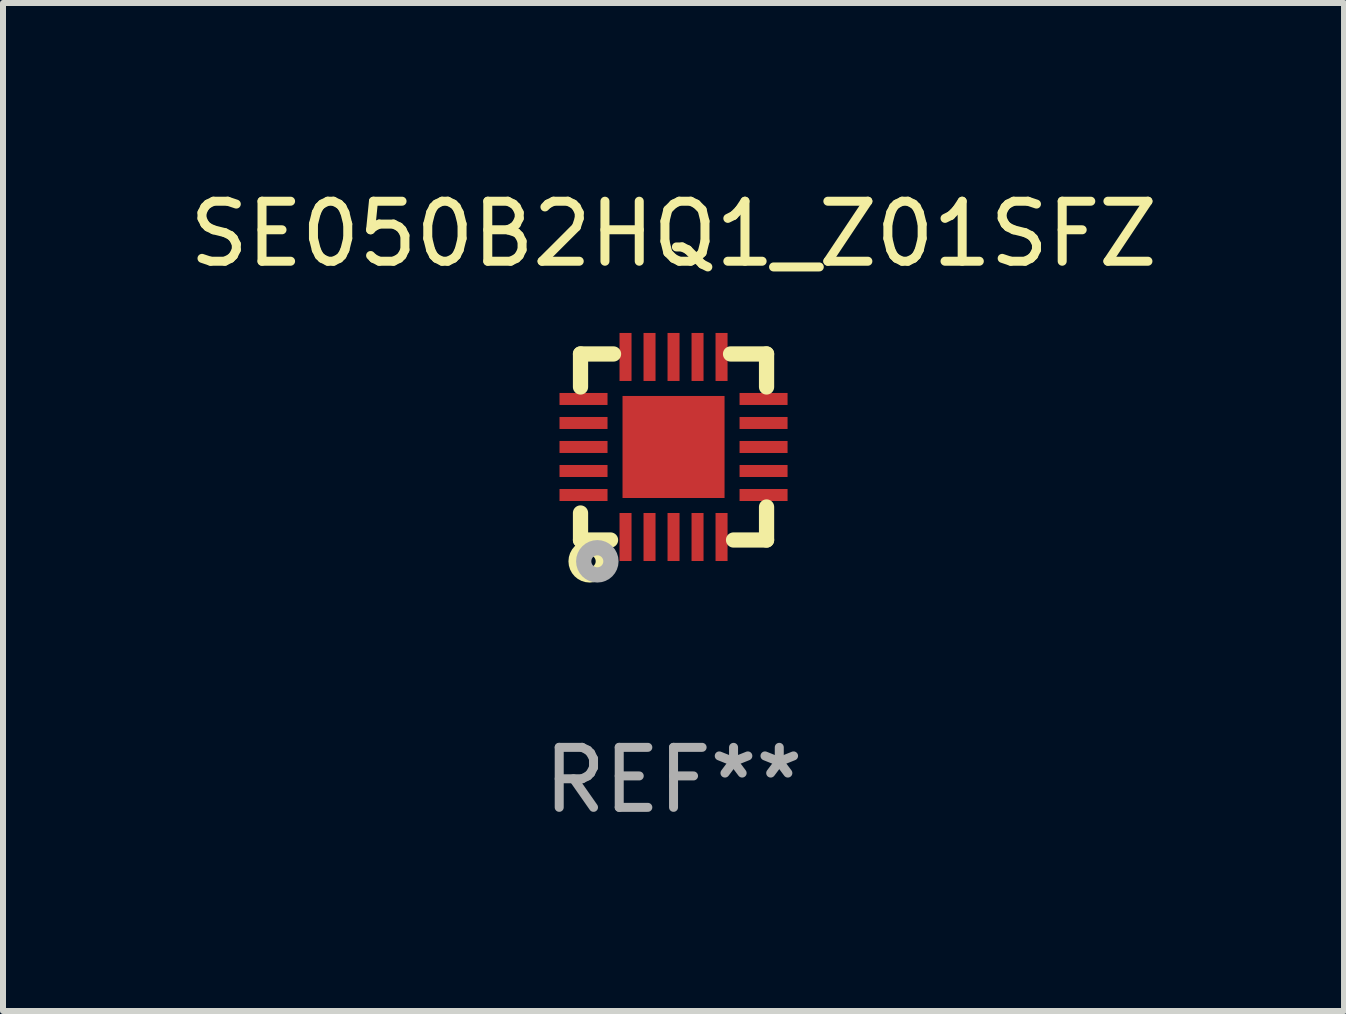
<source format=kicad_pcb>
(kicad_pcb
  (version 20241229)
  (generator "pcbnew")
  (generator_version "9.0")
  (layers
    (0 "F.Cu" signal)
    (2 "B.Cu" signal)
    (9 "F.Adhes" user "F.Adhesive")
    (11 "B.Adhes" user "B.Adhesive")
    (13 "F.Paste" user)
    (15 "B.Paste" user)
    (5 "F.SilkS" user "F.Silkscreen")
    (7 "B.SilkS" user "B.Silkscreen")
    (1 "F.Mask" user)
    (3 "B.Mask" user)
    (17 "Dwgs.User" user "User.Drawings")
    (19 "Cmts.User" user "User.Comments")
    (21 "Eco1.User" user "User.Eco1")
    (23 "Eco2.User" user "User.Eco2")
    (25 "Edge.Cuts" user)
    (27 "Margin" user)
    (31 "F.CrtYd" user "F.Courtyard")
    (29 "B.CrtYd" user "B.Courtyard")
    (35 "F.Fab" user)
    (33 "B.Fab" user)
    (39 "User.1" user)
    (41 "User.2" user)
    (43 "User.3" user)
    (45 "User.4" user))
  (footprint "SE050B2HQ1_Z01SFZ"
    (layer "F.Cu")
    (at 8.173 4.398)
    (property "Reference" "SE050B2HQ1_Z01SFZ" (at 0 -3.55 0) (layer "F.SilkS") (effects (font (size 1 1) (thickness 0.15))))
    (attr through_hole)
    (fp_line (start -1.55 -1.55) (end -1 -1.55) (stroke (width 0.254) (type solid)) (layer "F.SilkS"))
    (fp_line (start -1.55 -1) (end -1.55 -1.55) (stroke (width 0.254) (type solid)) (layer "F.SilkS"))
    (fp_line (start -1.55 1.1) (end -1.55 1.55) (stroke (width 0.254) (type solid)) (layer "F.SilkS"))
    (fp_line (start -1.55 1.55) (end -1.05 1.55) (stroke (width 0.254) (type solid)) (layer "F.SilkS"))
    (fp_line (start 0.95 -1.55) (end 1.55 -1.55) (stroke (width 0.254) (type solid)) (layer "F.SilkS"))
    (fp_line (start 1.55 -1.55) (end 1.55 -1) (stroke (width 0.254) (type solid)) (layer "F.SilkS"))
    (fp_line (start 1.55 1) (end 1.55 1.55) (stroke (width 0.254) (type solid)) (layer "F.SilkS"))
    (fp_line (start 1.55 1.55) (end 1 1.55) (stroke (width 0.254) (type solid)) (layer "F.SilkS"))
    (fp_circle (center -1.5 1.5) (end -1.45 1.5) (stroke (width 0.1) (type solid)) (fill no) (layer "F.SilkS"))
    (fp_circle (center -1.397 1.905) (end -1.297 1.905) (stroke (width 0.254) (type solid)) (fill no) (layer "F.SilkS"))
    (fp_circle (center -1.27 1.905) (end -1.17 1.905) (stroke (width 0.254) (type solid)) (fill no) (layer "F.Fab"))
    (fp_text user "REF**" (at 0 5.55 0) (layer "F.Fab") (effects (font (size 1 1) (thickness 0.15))))
    (pad "1" smd rect (at -0.8 1.5 180) (size 0.2 0.8) (layers "F.Cu" "F.Mask" "F.Paste"))
    (pad "2" smd rect (at -0.4 1.5 180) (size 0.2 0.8) (layers "F.Cu" "F.Mask" "F.Paste"))
    (pad "3" smd rect (at 0 1.5 180) (size 0.2 0.8) (layers "F.Cu" "F.Mask" "F.Paste"))
    (pad "4" smd rect (at 0.4 1.5 180) (size 0.2 0.8) (layers "F.Cu" "F.Mask" "F.Paste"))
    (pad "5" smd rect (at 0.8 1.5 180) (size 0.2 0.8) (layers "F.Cu" "F.Mask" "F.Paste"))
    (pad "6" smd rect (at 1.5 0.8 90) (size 0.2 0.8) (layers "F.Cu" "F.Mask" "F.Paste"))
    (pad "7" smd rect (at 1.5 0.4 90) (size 0.2 0.8) (layers "F.Cu" "F.Mask" "F.Paste"))
    (pad "8" smd rect (at 1.5 0 90) (size 0.2 0.8) (layers "F.Cu" "F.Mask" "F.Paste"))
    (pad "9" smd rect (at 1.5 -0.4 90) (size 0.2 0.8) (layers "F.Cu" "F.Mask" "F.Paste"))
    (pad "10" smd rect (at 1.5 -0.8 90) (size 0.2 0.8) (layers "F.Cu" "F.Mask" "F.Paste"))
    (pad "11" smd rect (at 0.8 -1.5 180) (size 0.2 0.8) (layers "F.Cu" "F.Mask" "F.Paste"))
    (pad "12" smd rect (at 0.4 -1.5 180) (size 0.2 0.8) (layers "F.Cu" "F.Mask" "F.Paste"))
    (pad "13" smd rect (at 0 -1.5 180) (size 0.2 0.8) (layers "F.Cu" "F.Mask" "F.Paste"))
    (pad "14" smd rect (at -0.4 -1.5 180) (size 0.2 0.8) (layers "F.Cu" "F.Mask" "F.Paste"))
    (pad "15" smd rect (at -0.8 -1.5 180) (size 0.2 0.8) (layers "F.Cu" "F.Mask" "F.Paste"))
    (pad "16" smd rect (at -1.5 -0.8 270) (size 0.2 0.8) (layers "F.Cu" "F.Mask" "F.Paste"))
    (pad "17" smd rect (at -1.5 -0.4 270) (size 0.2 0.8) (layers "F.Cu" "F.Mask" "F.Paste"))
    (pad "18" smd rect (at -1.5 -0.000254 270) (size 0.2 0.8) (layers "F.Cu" "F.Mask" "F.Paste"))
    (pad "19" smd rect (at -1.5 0.4 270) (size 0.2 0.8) (layers "F.Cu" "F.Mask" "F.Paste"))
    (pad "20" smd rect (at -1.5 0.8 270) (size 0.2 0.8) (layers "F.Cu" "F.Mask" "F.Paste"))
    (pad "21" smd rect (at 0 0 270) (size 1.7 1.7) (layers "F.Cu" "F.Mask" "F.Paste")))
  (gr_rect
    (start -3 -3)
    (end 19.345 13.796)
    (stroke (width 0.1) (type default))
    (fill no)
    (layer "Edge.Cuts")))
</source>
